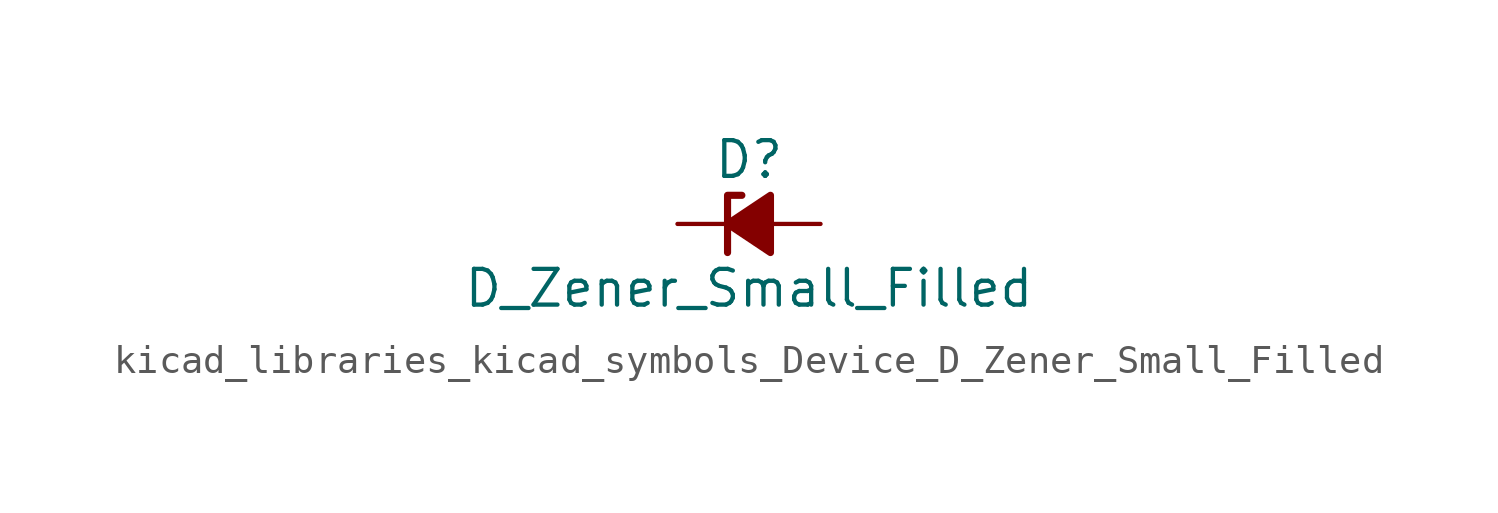
<source format=kicad_sym>
(kicad_symbol_lib
  (version 20220914)
  (generator kicad_symbol_editor)
  (symbol "kicad_libraries_kicad_symbols_Device_D_Zener_Small_Filled"
    (pin_numbers hide)
    (pin_names
      (offset 0.254) hide)
    (property "Reference" "D"
      (at 0 2.286 0)
      (effects (font (size 1.27 1.27))))
    (property "Value" "D_Zener_Small_Filled"
      (at 0 -2.286 0)
      (effects (font (size 1.27 1.27))))
    (symbol "kicad_libraries_kicad_symbols_Device_D_Zener_Small_Filled_0_1"
      (polyline (pts (xy 0.762 0) (xy -0.762 0)) (stroke (width 0) (type default)) (fill (type none)))
      (polyline (pts (xy -0.254 1.016) (xy -0.762 1.016) (xy -0.762 -1.016)) (stroke (width 0.254) (type default)) (fill (type none)))
      (polyline (pts (xy 0.762 1.016) (xy -0.762 0) (xy 0.762 -1.016) (xy 0.762 1.016)) (stroke (width 0.254) (type default)) (fill (type outline))))
    (symbol "kicad_libraries_kicad_symbols_Device_D_Zener_Small_Filled_1_1"
      (pin passive line (at -2.54 0 0) (length 1.778) (name "K" (effects (font (size 1.27 1.27)))) (number "1" (effects (font (size 1.27 1.27)))))
      (pin passive line (at 2.54 0 180) (length 1.778) (name "A" (effects (font (size 1.27 1.27)))) (number "2" (effects (font (size 1.27 1.27))))))))
</source>
